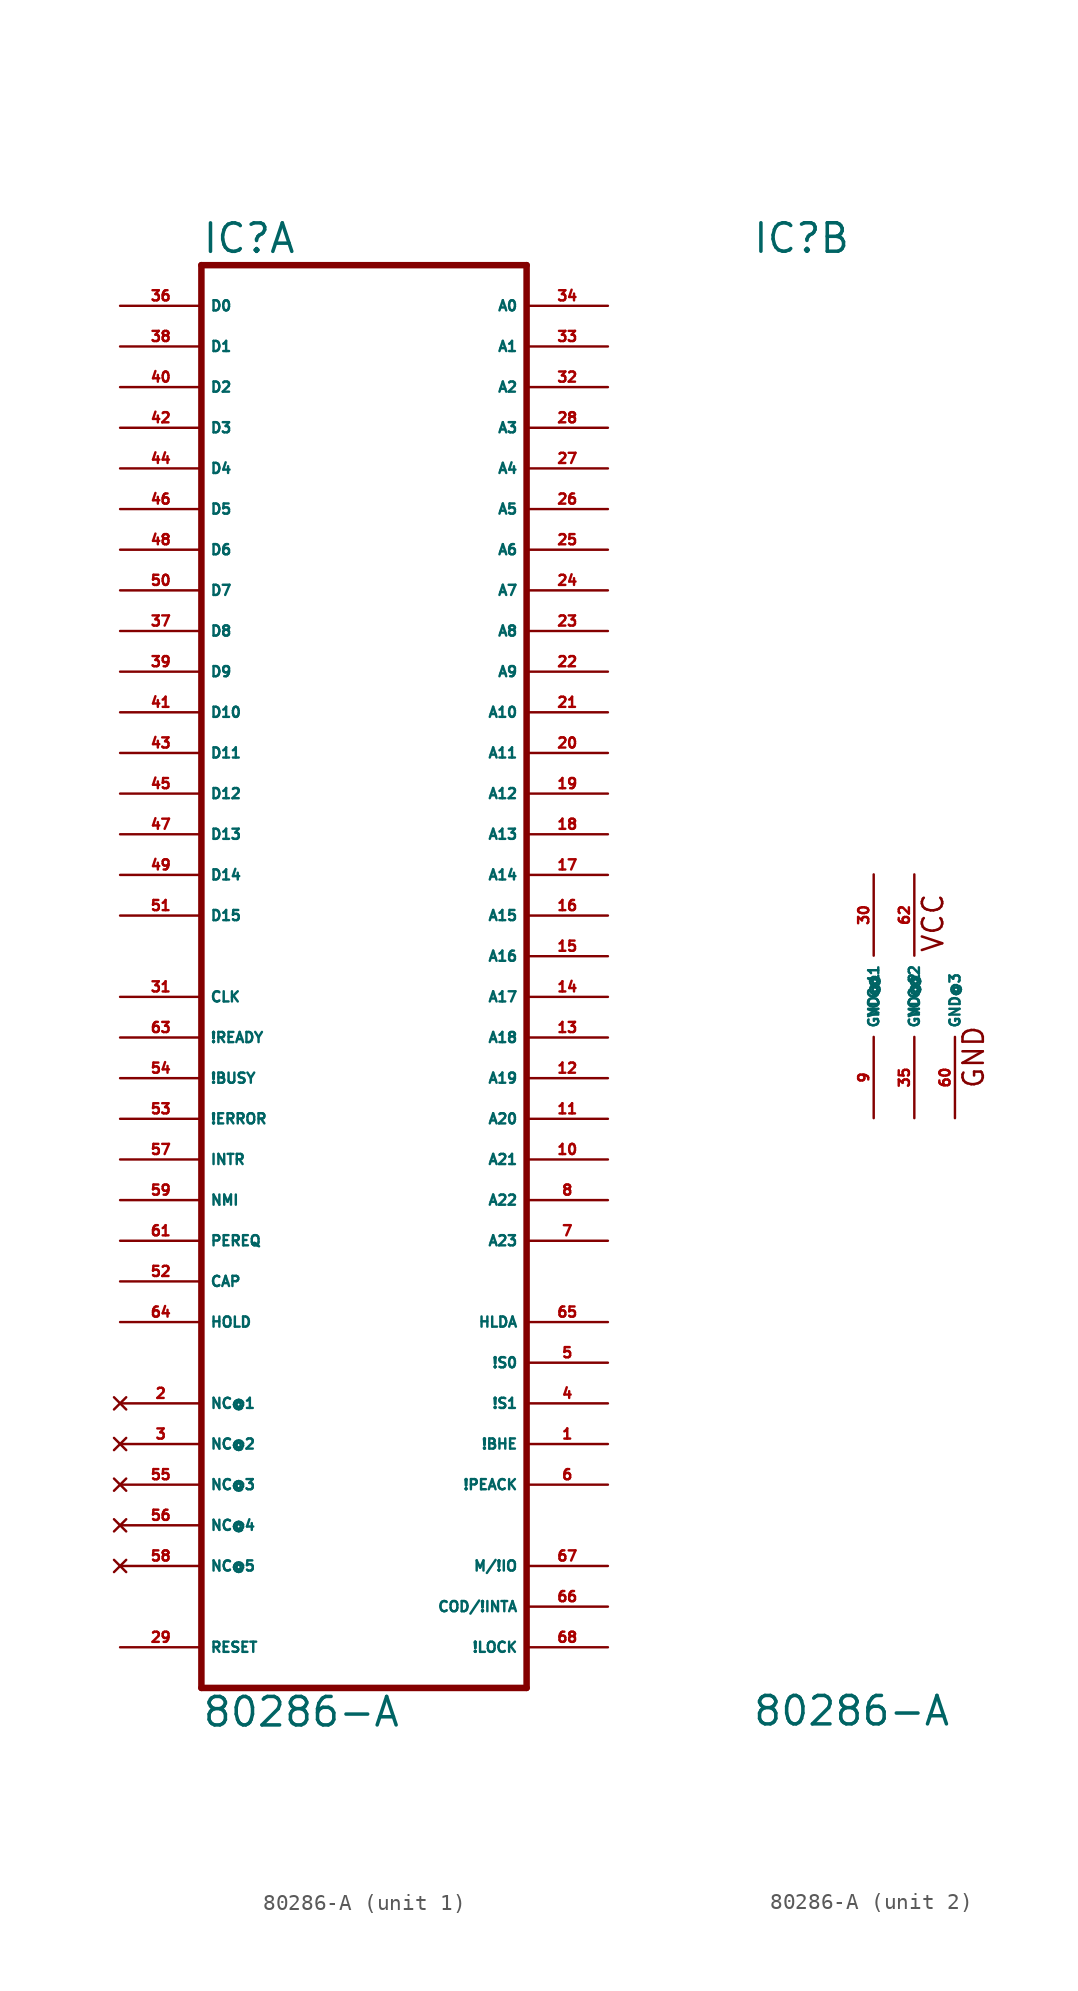
<source format=kicad_sym>
(kicad_symbol_lib
  (version 20220914)
  (generator Eagle2Kicad)
  (symbol "80286-A"
    (property "Reference" "IC"
      (at -10.16 46.355 0)
      (effects (font (size 1.778 1.778) (thickness 0.22)) (justify left bottom)))
    (property "Value" "80286-A"
      (at -10.16 -45.72 0)
      (effects (font (size 1.778 1.778) (thickness 0.22)) (justify left bottom)))
    (symbol "80286-A_1_0"
      (polyline (pts (xy -10.16 -43.18) (xy 10.16 -43.18)) (stroke (width 0.406) (type default)) (fill (type none)))
      (polyline (pts (xy 10.16 -43.18) (xy 10.16 45.72)) (stroke (width 0.406) (type default)) (fill (type none)))
      (polyline (pts (xy 10.16 45.72) (xy -10.16 45.72)) (stroke (width 0.406) (type default)) (fill (type none)))
      (polyline (pts (xy -10.16 45.72) (xy -10.16 -43.18)) (stroke (width 0.406) (type default)) (fill (type none)))
      (pin output line (at 15.24 43.18 180) (length 5.08) (name "A0" (effects (font (size 0.635 0.635) (thickness 0.08)) (justify left bottom))) (number "34" (effects (font (size 0.635 0.635) (thickness 0.08)) (justify left bottom))))
      (pin output line (at 15.24 40.64 180) (length 5.08) (name "A1" (effects (font (size 0.635 0.635) (thickness 0.08)) (justify left bottom))) (number "33" (effects (font (size 0.635 0.635) (thickness 0.08)) (justify left bottom))))
      (pin output line (at 15.24 38.1 180) (length 5.08) (name "A2" (effects (font (size 0.635 0.635) (thickness 0.08)) (justify left bottom))) (number "32" (effects (font (size 0.635 0.635) (thickness 0.08)) (justify left bottom))))
      (pin output line (at 15.24 35.56 180) (length 5.08) (name "A3" (effects (font (size 0.635 0.635) (thickness 0.08)) (justify left bottom))) (number "28" (effects (font (size 0.635 0.635) (thickness 0.08)) (justify left bottom))))
      (pin output line (at 15.24 33.02 180) (length 5.08) (name "A4" (effects (font (size 0.635 0.635) (thickness 0.08)) (justify left bottom))) (number "27" (effects (font (size 0.635 0.635) (thickness 0.08)) (justify left bottom))))
      (pin output line (at 15.24 30.48 180) (length 5.08) (name "A5" (effects (font (size 0.635 0.635) (thickness 0.08)) (justify left bottom))) (number "26" (effects (font (size 0.635 0.635) (thickness 0.08)) (justify left bottom))))
      (pin output line (at 15.24 27.94 180) (length 5.08) (name "A6" (effects (font (size 0.635 0.635) (thickness 0.08)) (justify left bottom))) (number "25" (effects (font (size 0.635 0.635) (thickness 0.08)) (justify left bottom))))
      (pin output line (at 15.24 25.4 180) (length 5.08) (name "A7" (effects (font (size 0.635 0.635) (thickness 0.08)) (justify left bottom))) (number "24" (effects (font (size 0.635 0.635) (thickness 0.08)) (justify left bottom))))
      (pin output line (at 15.24 22.86 180) (length 5.08) (name "A8" (effects (font (size 0.635 0.635) (thickness 0.08)) (justify left bottom))) (number "23" (effects (font (size 0.635 0.635) (thickness 0.08)) (justify left bottom))))
      (pin output line (at 15.24 20.32 180) (length 5.08) (name "A9" (effects (font (size 0.635 0.635) (thickness 0.08)) (justify left bottom))) (number "22" (effects (font (size 0.635 0.635) (thickness 0.08)) (justify left bottom))))
      (pin output line (at 15.24 17.78 180) (length 5.08) (name "A10" (effects (font (size 0.635 0.635) (thickness 0.08)) (justify left bottom))) (number "21" (effects (font (size 0.635 0.635) (thickness 0.08)) (justify left bottom))))
      (pin output line (at 15.24 15.24 180) (length 5.08) (name "A11" (effects (font (size 0.635 0.635) (thickness 0.08)) (justify left bottom))) (number "20" (effects (font (size 0.635 0.635) (thickness 0.08)) (justify left bottom))))
      (pin output line (at 15.24 12.7 180) (length 5.08) (name "A12" (effects (font (size 0.635 0.635) (thickness 0.08)) (justify left bottom))) (number "19" (effects (font (size 0.635 0.635) (thickness 0.08)) (justify left bottom))))
      (pin output line (at 15.24 10.16 180) (length 5.08) (name "A13" (effects (font (size 0.635 0.635) (thickness 0.08)) (justify left bottom))) (number "18" (effects (font (size 0.635 0.635) (thickness 0.08)) (justify left bottom))))
      (pin output line (at 15.24 7.62 180) (length 5.08) (name "A14" (effects (font (size 0.635 0.635) (thickness 0.08)) (justify left bottom))) (number "17" (effects (font (size 0.635 0.635) (thickness 0.08)) (justify left bottom))))
      (pin output line (at 15.24 5.08 180) (length 5.08) (name "A15" (effects (font (size 0.635 0.635) (thickness 0.08)) (justify left bottom))) (number "16" (effects (font (size 0.635 0.635) (thickness 0.08)) (justify left bottom))))
      (pin output line (at 15.24 2.54 180) (length 5.08) (name "A16" (effects (font (size 0.635 0.635) (thickness 0.08)) (justify left bottom))) (number "15" (effects (font (size 0.635 0.635) (thickness 0.08)) (justify left bottom))))
      (pin output line (at 15.24 0 180) (length 5.08) (name "A17" (effects (font (size 0.635 0.635) (thickness 0.08)) (justify left bottom))) (number "14" (effects (font (size 0.635 0.635) (thickness 0.08)) (justify left bottom))))
      (pin output line (at 15.24 -2.54 180) (length 5.08) (name "A18" (effects (font (size 0.635 0.635) (thickness 0.08)) (justify left bottom))) (number "13" (effects (font (size 0.635 0.635) (thickness 0.08)) (justify left bottom))))
      (pin output line (at 15.24 -5.08 180) (length 5.08) (name "A19" (effects (font (size 0.635 0.635) (thickness 0.08)) (justify left bottom))) (number "12" (effects (font (size 0.635 0.635) (thickness 0.08)) (justify left bottom))))
      (pin output line (at 15.24 -7.62 180) (length 5.08) (name "A20" (effects (font (size 0.635 0.635) (thickness 0.08)) (justify left bottom))) (number "11" (effects (font (size 0.635 0.635) (thickness 0.08)) (justify left bottom))))
      (pin output line (at 15.24 -10.16 180) (length 5.08) (name "A21" (effects (font (size 0.635 0.635) (thickness 0.08)) (justify left bottom))) (number "10" (effects (font (size 0.635 0.635) (thickness 0.08)) (justify left bottom))))
      (pin output line (at 15.24 -12.7 180) (length 5.08) (name "A22" (effects (font (size 0.635 0.635) (thickness 0.08)) (justify left bottom))) (number "8" (effects (font (size 0.635 0.635) (thickness 0.08)) (justify left bottom))))
      (pin output line (at 15.24 -15.24 180) (length 5.08) (name "A23" (effects (font (size 0.635 0.635) (thickness 0.08)) (justify left bottom))) (number "7" (effects (font (size 0.635 0.635) (thickness 0.08)) (justify left bottom))))
      (pin bidirectional line (at -15.24 43.18 0) (length 5.08) (name "D0" (effects (font (size 0.635 0.635) (thickness 0.08)) (justify left bottom))) (number "36" (effects (font (size 0.635 0.635) (thickness 0.08)) (justify left bottom))))
      (pin bidirectional line (at -15.24 40.64 0) (length 5.08) (name "D1" (effects (font (size 0.635 0.635) (thickness 0.08)) (justify left bottom))) (number "38" (effects (font (size 0.635 0.635) (thickness 0.08)) (justify left bottom))))
      (pin bidirectional line (at -15.24 38.1 0) (length 5.08) (name "D2" (effects (font (size 0.635 0.635) (thickness 0.08)) (justify left bottom))) (number "40" (effects (font (size 0.635 0.635) (thickness 0.08)) (justify left bottom))))
      (pin bidirectional line (at -15.24 35.56 0) (length 5.08) (name "D3" (effects (font (size 0.635 0.635) (thickness 0.08)) (justify left bottom))) (number "42" (effects (font (size 0.635 0.635) (thickness 0.08)) (justify left bottom))))
      (pin bidirectional line (at -15.24 33.02 0) (length 5.08) (name "D4" (effects (font (size 0.635 0.635) (thickness 0.08)) (justify left bottom))) (number "44" (effects (font (size 0.635 0.635) (thickness 0.08)) (justify left bottom))))
      (pin bidirectional line (at -15.24 30.48 0) (length 5.08) (name "D5" (effects (font (size 0.635 0.635) (thickness 0.08)) (justify left bottom))) (number "46" (effects (font (size 0.635 0.635) (thickness 0.08)) (justify left bottom))))
      (pin bidirectional line (at -15.24 27.94 0) (length 5.08) (name "D6" (effects (font (size 0.635 0.635) (thickness 0.08)) (justify left bottom))) (number "48" (effects (font (size 0.635 0.635) (thickness 0.08)) (justify left bottom))))
      (pin bidirectional line (at -15.24 25.4 0) (length 5.08) (name "D7" (effects (font (size 0.635 0.635) (thickness 0.08)) (justify left bottom))) (number "50" (effects (font (size 0.635 0.635) (thickness 0.08)) (justify left bottom))))
      (pin bidirectional line (at -15.24 22.86 0) (length 5.08) (name "D8" (effects (font (size 0.635 0.635) (thickness 0.08)) (justify left bottom))) (number "37" (effects (font (size 0.635 0.635) (thickness 0.08)) (justify left bottom))))
      (pin bidirectional line (at -15.24 20.32 0) (length 5.08) (name "D9" (effects (font (size 0.635 0.635) (thickness 0.08)) (justify left bottom))) (number "39" (effects (font (size 0.635 0.635) (thickness 0.08)) (justify left bottom))))
      (pin bidirectional line (at -15.24 17.78 0) (length 5.08) (name "D10" (effects (font (size 0.635 0.635) (thickness 0.08)) (justify left bottom))) (number "41" (effects (font (size 0.635 0.635) (thickness 0.08)) (justify left bottom))))
      (pin bidirectional line (at -15.24 15.24 0) (length 5.08) (name "D11" (effects (font (size 0.635 0.635) (thickness 0.08)) (justify left bottom))) (number "43" (effects (font (size 0.635 0.635) (thickness 0.08)) (justify left bottom))))
      (pin bidirectional line (at -15.24 12.7 0) (length 5.08) (name "D12" (effects (font (size 0.635 0.635) (thickness 0.08)) (justify left bottom))) (number "45" (effects (font (size 0.635 0.635) (thickness 0.08)) (justify left bottom))))
      (pin bidirectional line (at -15.24 10.16 0) (length 5.08) (name "D13" (effects (font (size 0.635 0.635) (thickness 0.08)) (justify left bottom))) (number "47" (effects (font (size 0.635 0.635) (thickness 0.08)) (justify left bottom))))
      (pin bidirectional line (at -15.24 7.62 0) (length 5.08) (name "D14" (effects (font (size 0.635 0.635) (thickness 0.08)) (justify left bottom))) (number "49" (effects (font (size 0.635 0.635) (thickness 0.08)) (justify left bottom))))
      (pin bidirectional line (at -15.24 5.08 0) (length 5.08) (name "D15" (effects (font (size 0.635 0.635) (thickness 0.08)) (justify left bottom))) (number "51" (effects (font (size 0.635 0.635) (thickness 0.08)) (justify left bottom))))
      (pin output line (at 15.24 -22.86 180) (length 5.08) (name "!S0" (effects (font (size 0.635 0.635) (thickness 0.08)) (justify left bottom))) (number "5" (effects (font (size 0.635 0.635) (thickness 0.08)) (justify left bottom))))
      (pin output line (at 15.24 -25.4 180) (length 5.08) (name "!S1" (effects (font (size 0.635 0.635) (thickness 0.08)) (justify left bottom))) (number "4" (effects (font (size 0.635 0.635) (thickness 0.08)) (justify left bottom))))
      (pin output line (at 15.24 -20.32 180) (length 5.08) (name "HLDA" (effects (font (size 0.635 0.635) (thickness 0.08)) (justify left bottom))) (number "65" (effects (font (size 0.635 0.635) (thickness 0.08)) (justify left bottom))))
      (pin output line (at 15.24 -27.94 180) (length 5.08) (name "!BHE" (effects (font (size 0.635 0.635) (thickness 0.08)) (justify left bottom))) (number "1" (effects (font (size 0.635 0.635) (thickness 0.08)) (justify left bottom))))
      (pin output line (at 15.24 -30.48 180) (length 5.08) (name "!PEACK" (effects (font (size 0.635 0.635) (thickness 0.08)) (justify left bottom))) (number "6" (effects (font (size 0.635 0.635) (thickness 0.08)) (justify left bottom))))
      (pin input line (at -15.24 -2.54 0) (length 5.08) (name "!READY" (effects (font (size 0.635 0.635) (thickness 0.08)) (justify left bottom))) (number "63" (effects (font (size 0.635 0.635) (thickness 0.08)) (justify left bottom))))
      (pin output line (at 15.24 -38.1 180) (length 5.08) (name "COD/!INTA" (effects (font (size 0.635 0.635) (thickness 0.08)) (justify left bottom))) (number "66" (effects (font (size 0.635 0.635) (thickness 0.08)) (justify left bottom))))
      (pin output line (at 15.24 -35.56 180) (length 5.08) (name "M/!IO" (effects (font (size 0.635 0.635) (thickness 0.08)) (justify left bottom))) (number "67" (effects (font (size 0.635 0.635) (thickness 0.08)) (justify left bottom))))
      (pin output line (at 15.24 -40.64 180) (length 5.08) (name "!LOCK" (effects (font (size 0.635 0.635) (thickness 0.08)) (justify left bottom))) (number "68" (effects (font (size 0.635 0.635) (thickness 0.08)) (justify left bottom))))
      (pin input line (at -15.24 -40.64 0) (length 5.08) (name "RESET" (effects (font (size 0.635 0.635) (thickness 0.08)) (justify left bottom))) (number "29" (effects (font (size 0.635 0.635) (thickness 0.08)) (justify left bottom))))
      (pin input line (at -15.24 0 0) (length 5.08) (name "CLK" (effects (font (size 0.635 0.635) (thickness 0.08)) (justify left bottom))) (number "31" (effects (font (size 0.635 0.635) (thickness 0.08)) (justify left bottom))))
      (pin input line (at -15.24 -7.62 0) (length 5.08) (name "!ERROR" (effects (font (size 0.635 0.635) (thickness 0.08)) (justify left bottom))) (number "53" (effects (font (size 0.635 0.635) (thickness 0.08)) (justify left bottom))))
      (pin input line (at -15.24 -10.16 0) (length 5.08) (name "INTR" (effects (font (size 0.635 0.635) (thickness 0.08)) (justify left bottom))) (number "57" (effects (font (size 0.635 0.635) (thickness 0.08)) (justify left bottom))))
      (pin input line (at -15.24 -12.7 0) (length 5.08) (name "NMI" (effects (font (size 0.635 0.635) (thickness 0.08)) (justify left bottom))) (number "59" (effects (font (size 0.635 0.635) (thickness 0.08)) (justify left bottom))))
      (pin input line (at -15.24 -15.24 0) (length 5.08) (name "PEREQ" (effects (font (size 0.635 0.635) (thickness 0.08)) (justify left bottom))) (number "61" (effects (font (size 0.635 0.635) (thickness 0.08)) (justify left bottom))))
      (pin input line (at -15.24 -17.78 0) (length 5.08) (name "CAP" (effects (font (size 0.635 0.635) (thickness 0.08)) (justify left bottom))) (number "52" (effects (font (size 0.635 0.635) (thickness 0.08)) (justify left bottom))))
      (pin input line (at -15.24 -20.32 0) (length 5.08) (name "HOLD" (effects (font (size 0.635 0.635) (thickness 0.08)) (justify left bottom))) (number "64" (effects (font (size 0.635 0.635) (thickness 0.08)) (justify left bottom))))
      (pin input line (at -15.24 -5.08 0) (length 5.08) (name "!BUSY" (effects (font (size 0.635 0.635) (thickness 0.08)) (justify left bottom))) (number "54" (effects (font (size 0.635 0.635) (thickness 0.08)) (justify left bottom))))
      (pin no_connect line (at -15.24 -25.4 0) (length 5.08) (name "NC@1" (effects (font (size 0.635 0.635) (thickness 0.08)) (justify left bottom) hide)) (number "2" (effects (font (size 0.635 0.635) (thickness 0.08)) (justify left bottom) hide)))
      (pin no_connect line (at -15.24 -27.94 0) (length 5.08) (name "NC@2" (effects (font (size 0.635 0.635) (thickness 0.08)) (justify left bottom) hide)) (number "3" (effects (font (size 0.635 0.635) (thickness 0.08)) (justify left bottom) hide)))
      (pin no_connect line (at -15.24 -30.48 0) (length 5.08) (name "NC@3" (effects (font (size 0.635 0.635) (thickness 0.08)) (justify left bottom) hide)) (number "55" (effects (font (size 0.635 0.635) (thickness 0.08)) (justify left bottom) hide)))
      (pin no_connect line (at -15.24 -33.02 0) (length 5.08) (name "NC@4" (effects (font (size 0.635 0.635) (thickness 0.08)) (justify left bottom) hide)) (number "56" (effects (font (size 0.635 0.635) (thickness 0.08)) (justify left bottom) hide)))
      (pin no_connect line (at -15.24 -35.56 0) (length 5.08) (name "NC@5" (effects (font (size 0.635 0.635) (thickness 0.08)) (justify left bottom) hide)) (number "58" (effects (font (size 0.635 0.635) (thickness 0.08)) (justify left bottom) hide))))
    (symbol "80286-A_2_0"
      (text "VCC" (at 1.905 2.667 900) (effects (font (size 1.27 1.27) (thickness 0.16)) (justify left bottom)))
      (text "GND" (at 4.445 -5.842 900) (effects (font (size 1.27 1.27) (thickness 0.16)) (justify left bottom)))
      (pin unspecified line (at -2.54 7.62 270) (length 5.08) (name "VCC@1" (effects (font (size 0.635 0.635) (thickness 0.08)) (justify left bottom))) (number "30" (effects (font (size 0.635 0.635) (thickness 0.08)) (justify left bottom))))
      (pin unspecified line (at -2.54 -7.62 90) (length 5.08) (name "GND@1" (effects (font (size 0.635 0.635) (thickness 0.08)) (justify left bottom))) (number "9" (effects (font (size 0.635 0.635) (thickness 0.08)) (justify left bottom))))
      (pin unspecified line (at 0 -7.62 90) (length 5.08) (name "GND@2" (effects (font (size 0.635 0.635) (thickness 0.08)) (justify left bottom))) (number "35" (effects (font (size 0.635 0.635) (thickness 0.08)) (justify left bottom))))
      (pin unspecified line (at 0 7.62 270) (length 5.08) (name "VCC@2" (effects (font (size 0.635 0.635) (thickness 0.08)) (justify left bottom))) (number "62" (effects (font (size 0.635 0.635) (thickness 0.08)) (justify left bottom))))
      (pin unspecified line (at 2.54 -7.62 90) (length 5.08) (name "GND@3" (effects (font (size 0.635 0.635) (thickness 0.08)) (justify left bottom))) (number "60" (effects (font (size 0.635 0.635) (thickness 0.08)) (justify left bottom)))))))
</source>
